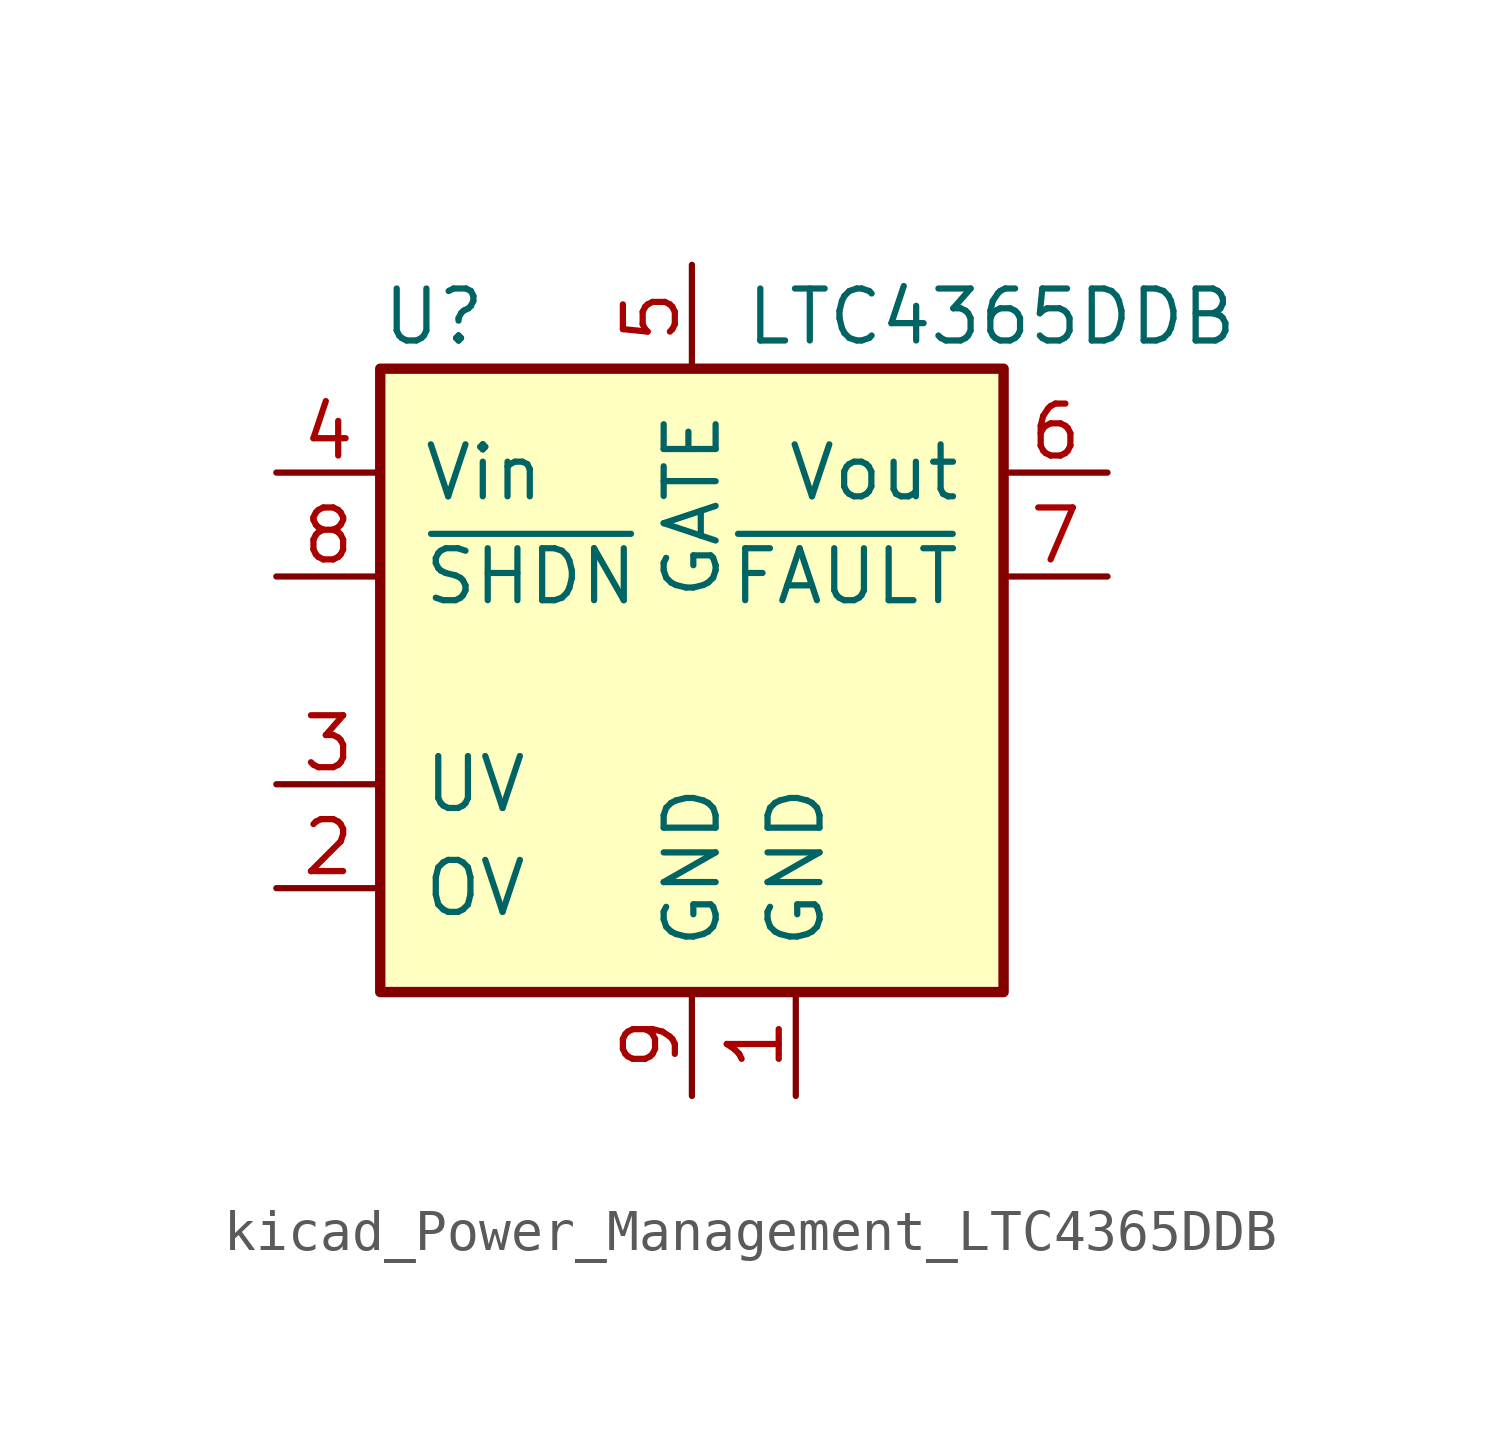
<source format=kicad_sym>
(kicad_symbol_lib
  (version 20220914)
  (generator kicad_symbol_editor)
  (symbol "kicad_Power_Management_LTC4365DDB"
    (pin_names
      (offset 1.016))
    (property "Reference" "U"
      (at -7.62 8.89 0)
      (effects (font (size 1.27 1.27)) (justify left)))
    (property "Value" "LTC4365DDB"
      (at 1.27 8.89 0)
      (effects (font (size 1.27 1.27)) (justify left)))
    (symbol "kicad_Power_Management_LTC4365DDB_0_1"
      (rectangle (start -7.62 7.62) (end 7.62 -7.62) (stroke (width 0.254) (type default)) (fill (type background))))
    (symbol "kicad_Power_Management_LTC4365DDB_1_1"
      (pin power_in line (at 2.54 -10.16 90) (length 2.54) (name "GND" (effects (font (size 1.27 1.27)))) (number "1" (effects (font (size 1.27 1.27)))))
      (pin input line (at -10.16 -5.08 0) (length 2.54) (name "OV" (effects (font (size 1.27 1.27)))) (number "2" (effects (font (size 1.27 1.27)))))
      (pin input line (at -10.16 -2.54 0) (length 2.54) (name "UV" (effects (font (size 1.27 1.27)))) (number "3" (effects (font (size 1.27 1.27)))))
      (pin power_in line (at -10.16 5.08 0) (length 2.54) (name "Vin" (effects (font (size 1.27 1.27)))) (number "4" (effects (font (size 1.27 1.27)))))
      (pin output line (at 0 10.16 270) (length 2.54) (name "GATE" (effects (font (size 1.27 1.27)))) (number "5" (effects (font (size 1.27 1.27)))))
      (pin input line (at 10.16 5.08 180) (length 2.54) (name "Vout" (effects (font (size 1.27 1.27)))) (number "6" (effects (font (size 1.27 1.27)))))
      (pin open_collector line (at 10.16 2.54 180) (length 2.54) (name "~{FAULT}" (effects (font (size 1.27 1.27)))) (number "7" (effects (font (size 1.27 1.27)))))
      (pin input line (at -10.16 2.54 0) (length 2.54) (name "~{SHDN}" (effects (font (size 1.27 1.27)))) (number "8" (effects (font (size 1.27 1.27)))))
      (pin power_in line (at 0 -10.16 90) (length 2.54) (name "GND" (effects (font (size 1.27 1.27)))) (number "9" (effects (font (size 1.27 1.27))))))))
</source>
